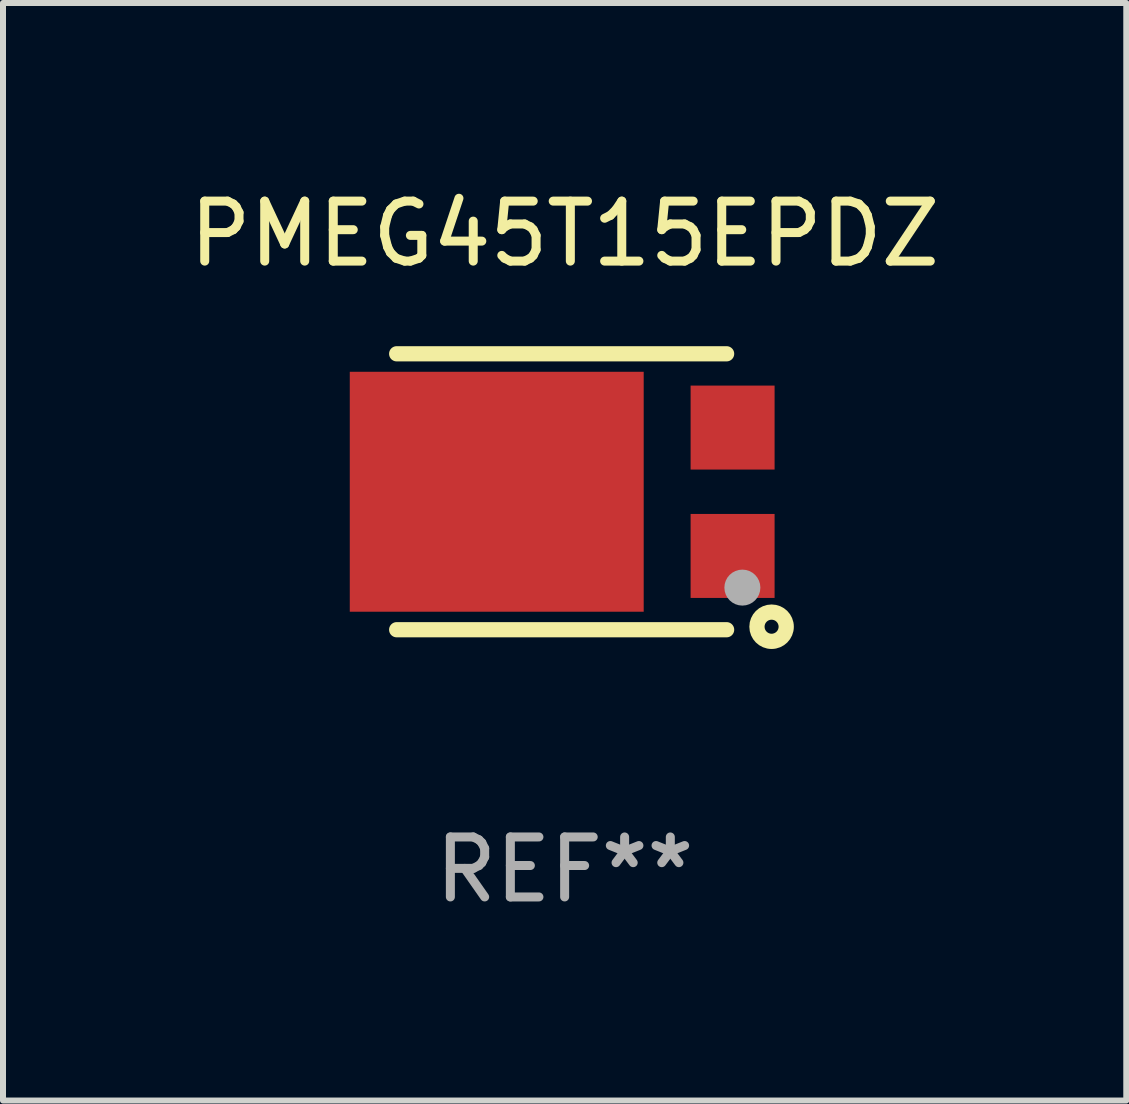
<source format=kicad_pcb>
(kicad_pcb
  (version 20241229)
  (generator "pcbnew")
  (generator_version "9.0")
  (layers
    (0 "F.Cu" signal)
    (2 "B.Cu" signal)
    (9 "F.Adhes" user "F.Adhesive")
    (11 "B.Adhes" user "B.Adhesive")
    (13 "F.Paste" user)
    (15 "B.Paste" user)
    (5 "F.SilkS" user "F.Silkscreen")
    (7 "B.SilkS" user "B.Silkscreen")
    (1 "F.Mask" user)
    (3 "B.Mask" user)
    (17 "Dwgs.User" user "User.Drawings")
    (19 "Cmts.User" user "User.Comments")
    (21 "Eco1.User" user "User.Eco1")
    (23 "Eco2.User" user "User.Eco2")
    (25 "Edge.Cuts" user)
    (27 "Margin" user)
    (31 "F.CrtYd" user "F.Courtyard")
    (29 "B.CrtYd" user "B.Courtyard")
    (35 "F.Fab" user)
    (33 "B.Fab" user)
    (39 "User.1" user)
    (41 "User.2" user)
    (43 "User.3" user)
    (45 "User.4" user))
  (footprint "PMEG45T15EPDZ"
    (layer "F.Cu")
    (at 6.363 5.148)
    (property "Reference" "PMEG45T15EPDZ" (at 0 -4.3 0) (layer "F.SilkS") (effects (font (size 1 1) (thickness 0.15))))
    (attr through_hole)
    (fp_line (start -2.8 2.3) (end 2.7 2.3) (stroke (width 0.254) (type solid)) (layer "F.SilkS"))
    (fp_line (start 2.7 -2.3) (end -2.8 -2.3) (stroke (width 0.254) (type solid)) (layer "F.SilkS"))
    (fp_circle (center 3.2 2.15) (end 3.23 2.15) (stroke (width 0.06) (type solid)) (fill no) (layer "F.SilkS"))
    (fp_circle (center 3.45 2.25) (end 3.567 2.25) (stroke (width 0.254) (type solid)) (fill no) (layer "F.SilkS"))
    (fp_circle (center 2.963 1.598) (end 3.113 1.598) (stroke (width 0.3) (type solid)) (fill no) (layer "F.Fab"))
    (fp_text user "REF**" (at 0 6.3 0) (layer "F.Fab") (effects (font (size 1 1) (thickness 0.15))))
    (pad "1" smd rect (at 2.8 1.07 90) (size 1.4 1.4) (layers "F.Cu" "F.Mask" "F.Paste"))
    (pad "2" smd rect (at 2.8 -1.07 90) (size 1.4 1.4) (layers "F.Cu" "F.Mask" "F.Paste"))
    (pad "3" smd rect (at -1.132 0 90) (size 4 4.9) (layers "F.Cu" "F.Mask" "F.Paste")))
  (gr_rect
    (start -3 -3)
    (end 15.726 15.297)
    (stroke (width 0.1) (type default))
    (fill no)
    (layer "Edge.Cuts")))
</source>
